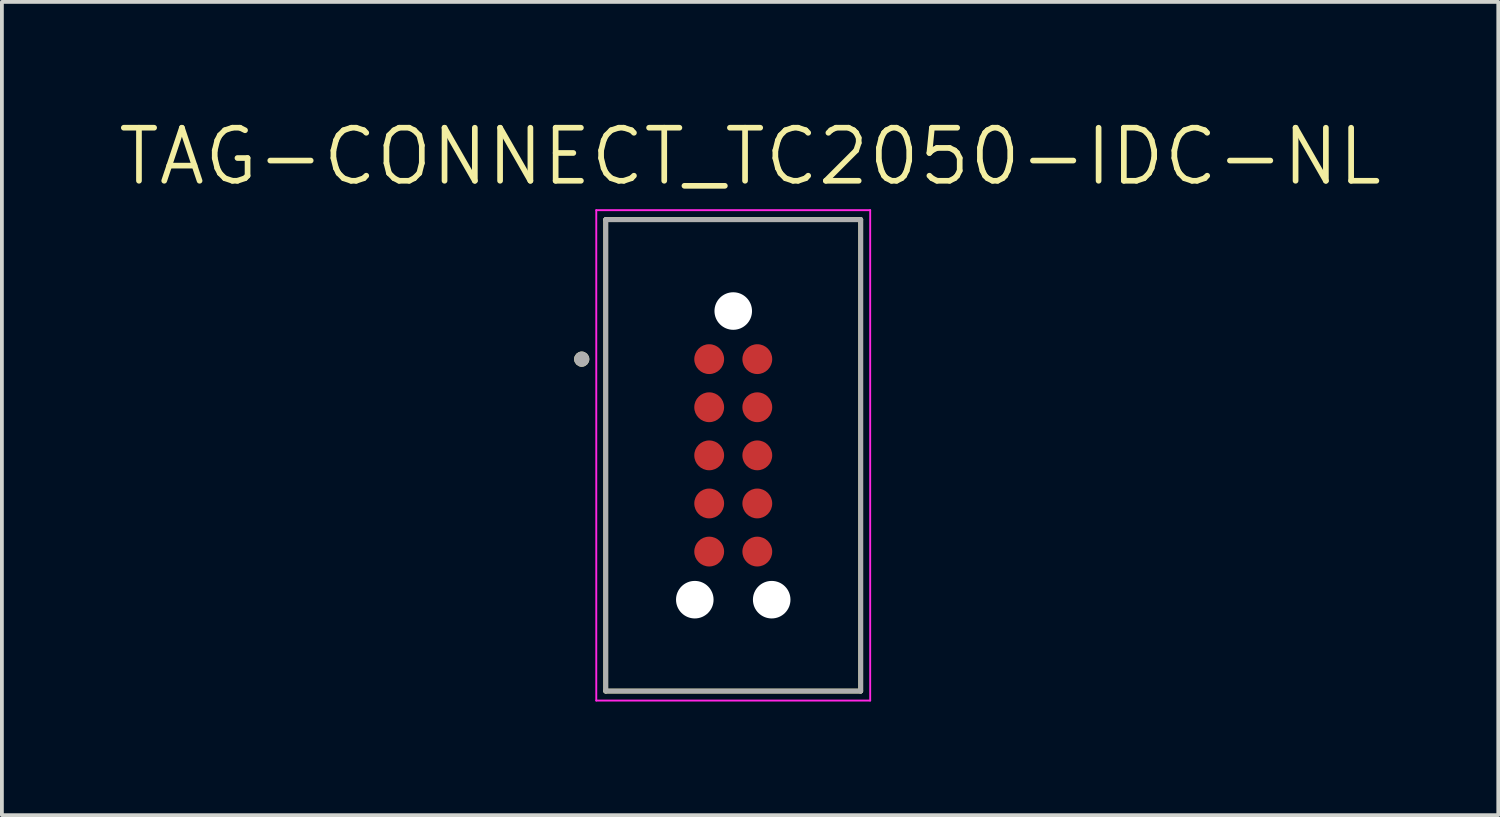
<source format=kicad_pcb>
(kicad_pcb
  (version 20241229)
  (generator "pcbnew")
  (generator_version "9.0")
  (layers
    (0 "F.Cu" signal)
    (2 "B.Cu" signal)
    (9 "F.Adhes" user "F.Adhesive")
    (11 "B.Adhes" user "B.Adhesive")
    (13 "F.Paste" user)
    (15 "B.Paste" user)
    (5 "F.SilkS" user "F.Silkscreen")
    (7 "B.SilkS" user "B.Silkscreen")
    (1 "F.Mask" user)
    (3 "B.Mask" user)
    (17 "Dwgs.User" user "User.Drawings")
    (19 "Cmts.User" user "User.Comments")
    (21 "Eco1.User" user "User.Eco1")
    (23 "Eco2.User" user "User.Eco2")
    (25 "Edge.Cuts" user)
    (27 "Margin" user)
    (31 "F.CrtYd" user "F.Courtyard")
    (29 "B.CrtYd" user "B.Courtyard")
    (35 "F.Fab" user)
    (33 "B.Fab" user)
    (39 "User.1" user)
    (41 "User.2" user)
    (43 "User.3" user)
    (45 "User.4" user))
  (footprint "TAG-CONNECT_TC2050-IDC-NL"
    (layer "F.Cu")
    (at 15.672 6.431)
    (property "Reference" "TAG-CONNECT_TC2050-IDC-NL" (at 1.08 -5.349 0) (layer "F.SilkS") (effects (font (size 1.4 1.4) (thickness 0.15))))
    (attr through_hole)
    (fp_line (start -2.731 -3.683) (end 4 -3.683) (stroke (width 0.127) (type solid)) (layer "F.SilkS"))
    (fp_line (start -2.731 8.763) (end -2.731 -3.683) (stroke (width 0.127) (type solid)) (layer "F.SilkS"))
    (fp_line (start 4 -3.683) (end 4 8.763) (stroke (width 0.127) (type solid)) (layer "F.SilkS"))
    (fp_line (start 4 8.763) (end -2.731 8.763) (stroke (width 0.127) (type solid)) (layer "F.SilkS"))
    (fp_circle (center -3.365 0) (end -3.265 0) (stroke (width 0.2) (type solid)) (fill no) (layer "F.SilkS"))
    (fp_line (start -2.981 -3.933) (end 4.25 -3.933) (stroke (width 0.05) (type solid)) (layer "F.CrtYd"))
    (fp_line (start -2.981 9.013) (end -2.981 -3.933) (stroke (width 0.05) (type solid)) (layer "F.CrtYd"))
    (fp_line (start 4.25 -3.933) (end 4.25 9.013) (stroke (width 0.05) (type solid)) (layer "F.CrtYd"))
    (fp_line (start 4.25 9.013) (end -2.981 9.013) (stroke (width 0.05) (type solid)) (layer "F.CrtYd"))
    (fp_line (start -2.731 -3.683) (end 4 -3.683) (stroke (width 0.127) (type solid)) (layer "F.Fab"))
    (fp_line (start -2.731 8.763) (end -2.731 -3.683) (stroke (width 0.127) (type solid)) (layer "F.Fab"))
    (fp_line (start 4 -3.683) (end 4 8.763) (stroke (width 0.127) (type solid)) (layer "F.Fab"))
    (fp_line (start 4 8.763) (end -2.731 8.763) (stroke (width 0.127) (type solid)) (layer "F.Fab"))
    (fp_circle (center -3.365 0) (end -3.265 0) (stroke (width 0.2) (type solid)) (fill no) (layer "F.Fab"))
    (pad "" np_thru_hole circle (at -0.38 6.35) (size 0.991 0.991) (drill 0.991) (layers "*.Cu" "*.Mask"))
    (pad "" np_thru_hole circle (at 0.635 -1.27) (size 0.991 0.991) (drill 0.991) (layers "*.Cu" "*.Mask"))
    (pad "" np_thru_hole circle (at 1.65 6.35) (size 0.991 0.991) (drill 0.991) (layers "*.Cu" "*.Mask"))
    (pad "1" smd circle (at 0 0 270) (size 0.787 0.787) (layers "F.Cu" "F.Mask"))
    (pad "2" smd circle (at 0 1.27 270) (size 0.787 0.787) (layers "F.Cu" "F.Mask"))
    (pad "3" smd circle (at 0 2.54 270) (size 0.787 0.787) (layers "F.Cu" "F.Mask"))
    (pad "4" smd circle (at 0 3.81 270) (size 0.787 0.787) (layers "F.Cu" "F.Mask"))
    (pad "5" smd circle (at 0 5.08 270) (size 0.787 0.787) (layers "F.Cu" "F.Mask"))
    (pad "6" smd circle (at 1.27 5.08 90) (size 0.787 0.787) (layers "F.Cu" "F.Mask"))
    (pad "7" smd circle (at 1.27 3.81 90) (size 0.787 0.787) (layers "F.Cu" "F.Mask"))
    (pad "8" smd circle (at 1.27 2.54 90) (size 0.787 0.787) (layers "F.Cu" "F.Mask"))
    (pad "9" smd circle (at 1.27 1.27 90) (size 0.787 0.787) (layers "F.Cu" "F.Mask"))
    (pad "10" smd circle (at 1.27 0 90) (size 0.787 0.787) (layers "F.Cu" "F.Mask"))
    (zone (net_name "") (layer "F.Cu") (hatch full 0.508) (connect_pads) (min_thickness 0.01) (filled_areas_thickness no) (keepout (tracks not_allowed) (vias not_allowed) (pads not_allowed) (copperpour not_allowed) (footprints allowed)) (placement (enabled no)) (fill) (polygon (pts (xy 15.672 6.431) (xy 16.942 6.431) (xy 16.942 11.511) (xy 15.672 11.511))))
    (zone (net_name "") (layers "F.Cu" "B.Cu") (hatch full 0.508) (connect_pads) (min_thickness 0.01) (filled_areas_thickness no) (keepout (tracks allowed) (vias not_allowed) (pads allowed) (copperpour allowed) (footprints allowed)) (placement (enabled no)) (fill) (polygon (pts (xy 15.672 6.431) (xy 16.942 6.431) (xy 16.942 11.511) (xy 15.672 11.511))))
    (zone (net_name "") (layer "B.Cu") (hatch full 0.508) (connect_pads) (min_thickness 0.01) (filled_areas_thickness no) (keepout (tracks not_allowed) (vias not_allowed) (pads not_allowed) (copperpour not_allowed) (footprints allowed)) (placement (enabled no)) (fill) (polygon (pts (xy 15.672 6.431) (xy 16.942 6.431) (xy 16.942 11.511) (xy 15.672 11.511)))))
  (gr_rect
    (start -3 -3)
    (end 36.503 18.469)
    (stroke (width 0.1) (type default))
    (fill no)
    (layer "Edge.Cuts")))
</source>
